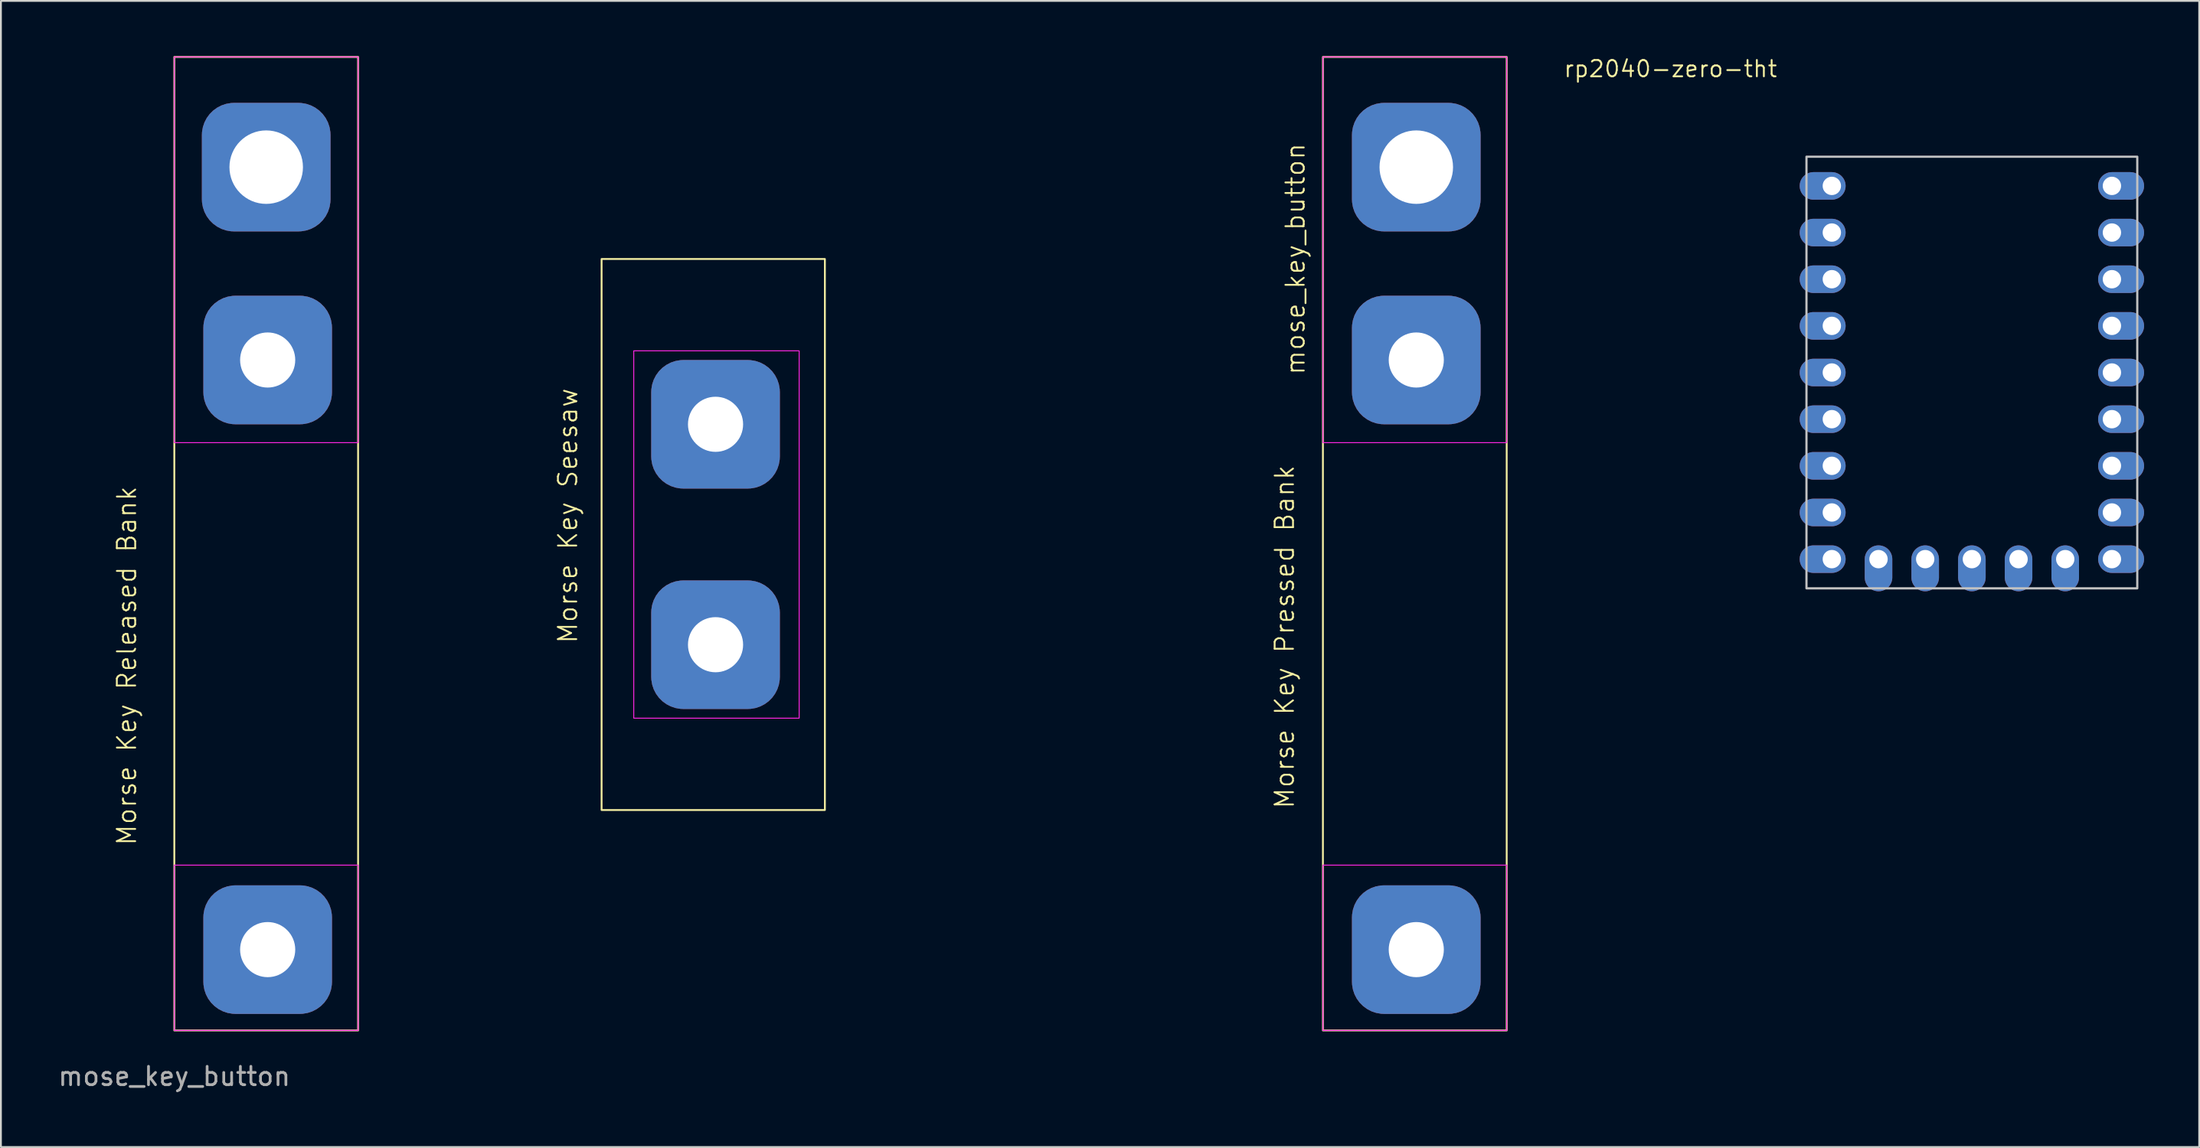
<source format=kicad_pcb>
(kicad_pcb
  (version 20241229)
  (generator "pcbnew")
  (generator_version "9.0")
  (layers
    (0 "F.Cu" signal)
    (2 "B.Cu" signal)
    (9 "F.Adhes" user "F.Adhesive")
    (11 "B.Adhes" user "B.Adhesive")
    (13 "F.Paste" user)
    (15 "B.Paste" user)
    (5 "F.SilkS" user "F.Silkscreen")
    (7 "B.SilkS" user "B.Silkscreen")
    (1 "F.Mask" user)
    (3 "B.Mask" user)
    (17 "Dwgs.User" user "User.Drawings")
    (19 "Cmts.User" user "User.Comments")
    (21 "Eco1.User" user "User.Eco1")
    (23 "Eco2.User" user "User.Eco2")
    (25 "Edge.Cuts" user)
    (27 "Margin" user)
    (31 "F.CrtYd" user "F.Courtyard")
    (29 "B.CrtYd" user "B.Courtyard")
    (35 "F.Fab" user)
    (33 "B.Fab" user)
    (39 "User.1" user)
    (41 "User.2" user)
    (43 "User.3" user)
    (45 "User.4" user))
  (footprint "mose_key_button"
    (layer "F.Cu")
    (at 6.435 53.05)
    (property "Reference" "mose_key_button" (at 61 -42 90) (unlocked yes) (layer "F.SilkS") (effects (font (size 1 1) (thickness 0.1))))
    (attr through_hole)
    (fp_rect (start 0 0) (end 10 -53) (stroke (width 0.1) (type default)) (fill no) (layer "F.SilkS"))
    (fp_rect (start 23.25 -42) (end 35.4 -12) (stroke (width 0.1) (type default)) (fill no) (layer "F.SilkS"))
    (fp_rect (start 62.5 0) (end 72.5 -53) (stroke (width 0.1) (type default)) (fill no) (layer "F.SilkS"))
    (fp_rect (start 0 -53) (end 10 -32) (stroke (width 0.05) (type default)) (fill no) (layer "F.CrtYd"))
    (fp_rect (start 0 -9) (end 10 0) (stroke (width 0.05) (type default)) (fill no) (layer "F.CrtYd"))
    (fp_rect (start 25 -37) (end 34 -17) (stroke (width 0.05) (type default)) (fill no) (layer "F.CrtYd"))
    (fp_rect (start 62.5 -53) (end 72.5 -32) (stroke (width 0.05) (type default)) (fill no) (layer "F.CrtYd"))
    (fp_rect (start 62.5 -9) (end 72.5 0) (stroke (width 0.05) (type default)) (fill no) (layer "F.CrtYd"))
    (fp_text user "Morse Key Pressed Bank" (at 61 -12 90) (unlocked yes) (layer "F.SilkS") (effects (font (size 1 1) (thickness 0.1)) (justify left bottom)))
    (fp_text user "Morse Key Seesaw" (at 22 -21 90) (unlocked yes) (layer "F.SilkS") (effects (font (size 1 1) (thickness 0.1)) (justify left bottom)))
    (fp_text user "Morse Key Released Bank" (at -2 -10 90) (unlocked yes) (layer "F.SilkS") (effects (font (size 1 1) (thickness 0.1)) (justify left bottom)))
    (fp_text user "${REFERENCE}" (at 0 2.5 0) (unlocked yes) (layer "F.Fab") (effects (font (size 1 1) (thickness 0.15))))
    (pad "1" thru_hole roundrect (at 5 -47) (size 7 7) (drill 4) (layers "*.Cu" "*.Mask") (roundrect_rratio 0.25))
    (pad "1" thru_hole roundrect (at 5.08 -36.5) (size 7 7) (drill 3) (layers "*.Cu" "*.Mask") (roundrect_rratio 0.25))
    (pad "1" thru_hole roundrect (at 5.08 -4.4) (size 7 7) (drill 3) (layers "*.Cu" "*.Mask") (roundrect_rratio 0.25))
    (pad "2" thru_hole roundrect (at 29.45 -33) (size 7 7) (drill 3) (layers "*.Cu" "*.Mask") (roundrect_rratio 0.25))
    (pad "2" thru_hole roundrect (at 29.45 -21) (size 7 7) (drill 3) (layers "*.Cu" "*.Mask") (roundrect_rratio 0.25))
    (pad "3" thru_hole roundrect (at 67.58 -47) (size 7 7) (drill 4) (layers "*.Cu" "*.Mask") (roundrect_rratio 0.25))
    (pad "3" thru_hole roundrect (at 67.58 -36.5) (size 7 7) (drill 3) (layers "*.Cu" "*.Mask") (roundrect_rratio 0.25))
    (pad "3" thru_hole roundrect (at 67.58 -4.4) (size 7 7) (drill 3) (layers "*.Cu" "*.Mask") (roundrect_rratio 0.25)))
  (footprint "rp2040-zero-tht"
    (layer "F.Cu")
    (at 104.247 17.231)
    (property "Reference" "rp2040-zero-tht" (at -16.399 -16.533 0) (layer "F.SilkS") (effects (font (size 0.889 0.889) (thickness 0.102))))
    (attr through_hole exclude_from_pos_files)
    (fp_rect (start -9 -11.75) (end 9 11.75) (stroke (width 0.12) (type solid)) (fill no) (layer "Dwgs.User"))
    (pad "1" thru_hole oval (at 7.62 -10.16 180) (size 2.5 1.5) (drill 1 (offset -0.5 0)) (layers "*.Cu" "*.Mask"))
    (pad "2" thru_hole oval (at 7.62 -7.62 180) (size 2.5 1.5) (drill 1 (offset -0.5 0)) (layers "*.Cu" "*.Mask"))
    (pad "3" thru_hole oval (at 7.62 -5.08 180) (size 2.5 1.5) (drill 1 (offset -0.5 0)) (layers "*.Cu" "*.Mask"))
    (pad "4" thru_hole oval (at 7.62 -2.54 180) (size 2.5 1.5) (drill 1 (offset -0.5 0)) (layers "*.Cu" "*.Mask"))
    (pad "5" thru_hole oval (at 7.62 0 180) (size 2.5 1.5) (drill 1 (offset -0.5 0)) (layers "*.Cu" "*.Mask"))
    (pad "6" thru_hole oval (at 7.62 2.54 180) (size 2.5 1.5) (drill 1 (offset -0.5 0)) (layers "*.Cu" "*.Mask"))
    (pad "7" thru_hole oval (at 7.62 5.08 180) (size 2.5 1.5) (drill 1 (offset -0.5 0)) (layers "*.Cu" "*.Mask"))
    (pad "8" thru_hole oval (at 7.62 7.62 180) (size 2.5 1.5) (drill 1 (offset -0.5 0)) (layers "*.Cu" "*.Mask"))
    (pad "9" thru_hole oval (at 7.62 10.16 180) (size 2.5 1.5) (drill 1 (offset -0.5 0)) (layers "*.Cu" "*.Mask"))
    (pad "10" thru_hole oval (at 5.08 10.16 90) (size 2.5 1.5) (drill 1 (offset -0.5 0)) (layers "*.Cu" "*.Mask"))
    (pad "11" thru_hole oval (at 2.54 10.16 90) (size 2.5 1.5) (drill 1 (offset -0.5 0)) (layers "*.Cu" "*.Mask"))
    (pad "12" thru_hole oval (at 0 10.16 90) (size 2.5 1.5) (drill 1 (offset -0.5 0)) (layers "*.Cu" "*.Mask"))
    (pad "13" thru_hole oval (at -2.54 10.16 90) (size 2.5 1.5) (drill 1 (offset -0.5 0)) (layers "*.Cu" "*.Mask"))
    (pad "14" thru_hole oval (at -5.08 10.16 90) (size 2.5 1.5) (drill 1 (offset -0.5 0)) (layers "*.Cu" "*.Mask"))
    (pad "15" thru_hole oval (at -7.62 10.16) (size 2.5 1.5) (drill 1 (offset -0.5 0)) (layers "*.Cu" "*.Mask"))
    (pad "16" thru_hole oval (at -7.62 7.62) (size 2.5 1.5) (drill 1 (offset -0.5 0)) (layers "*.Cu" "*.Mask"))
    (pad "17" thru_hole oval (at -7.62 5.08) (size 2.5 1.5) (drill 1 (offset -0.5 0)) (layers "*.Cu" "*.Mask"))
    (pad "18" thru_hole oval (at -7.62 2.54) (size 2.5 1.5) (drill 1 (offset -0.5 0)) (layers "*.Cu" "*.Mask"))
    (pad "19" thru_hole oval (at -7.62 0) (size 2.5 1.5) (drill 1 (offset -0.5 0)) (layers "*.Cu" "*.Mask"))
    (pad "20" thru_hole oval (at -7.62 -2.54) (size 2.5 1.5) (drill 1 (offset -0.5 0)) (layers "*.Cu" "*.Mask"))
    (pad "21" thru_hole oval (at -7.62 -5.08) (size 2.5 1.5) (drill 1 (offset -0.5 0)) (layers "*.Cu" "*.Mask"))
    (pad "22" thru_hole oval (at -7.62 -7.62) (size 2.5 1.5) (drill 1 (offset -0.5 0)) (layers "*.Cu" "*.Mask"))
    (pad "23" thru_hole oval (at -7.62 -10.16) (size 2.5 1.5) (drill 1 (offset -0.5 0)) (layers "*.Cu" "*.Mask")))
  (gr_rect
    (start -3 -3)
    (end 116.617 59.398)
    (stroke (width 0.1) (type default))
    (fill no)
    (layer "Edge.Cuts")))
</source>
